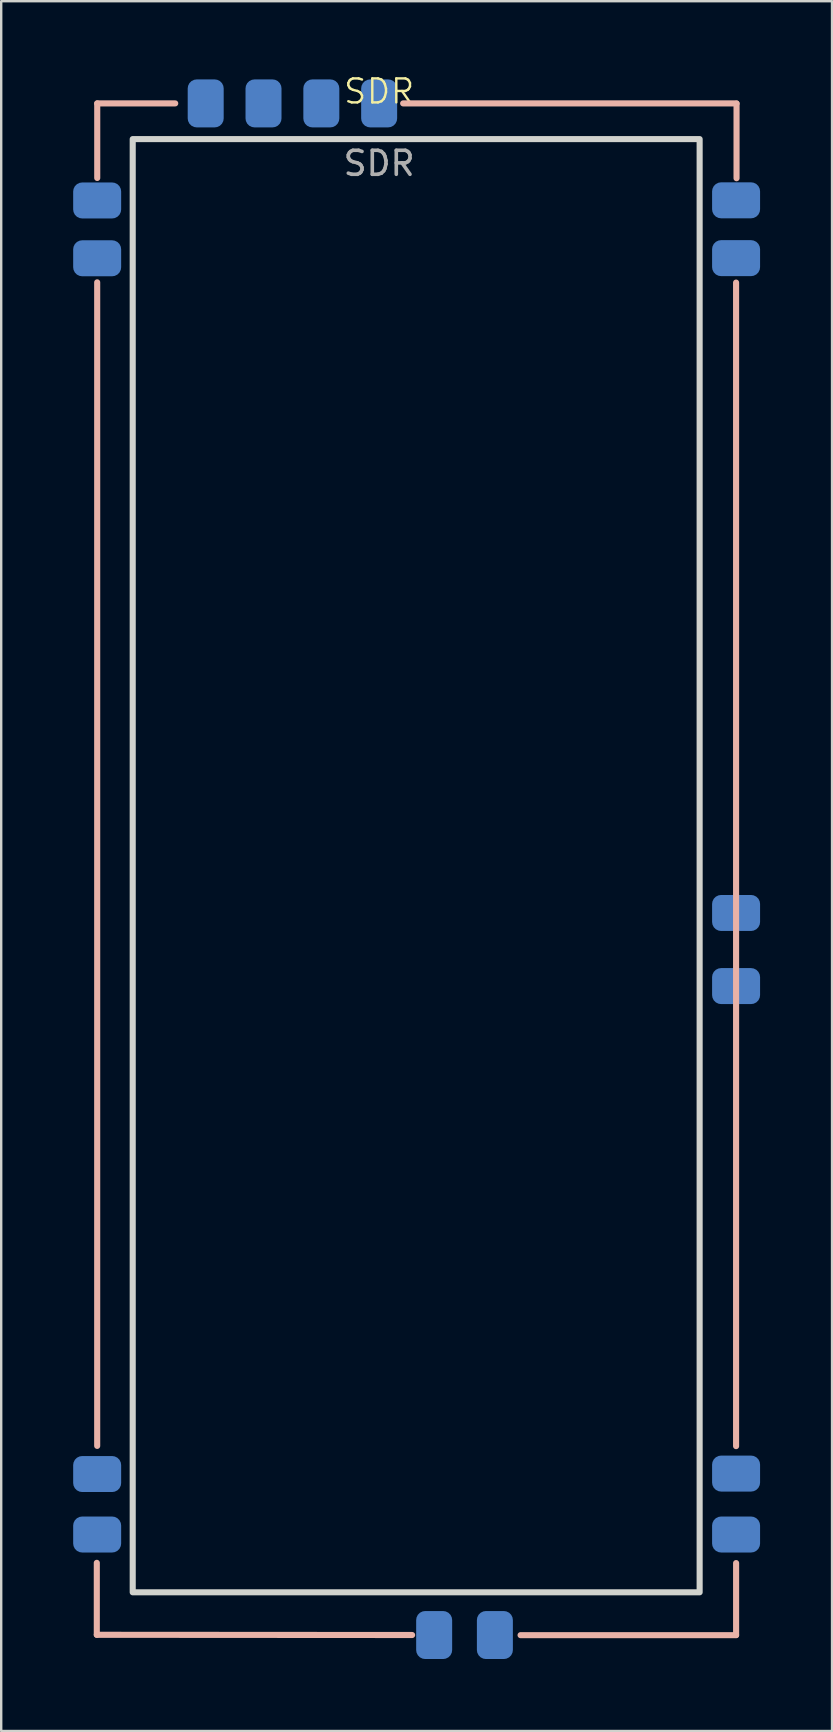
<source format=kicad_pcb>
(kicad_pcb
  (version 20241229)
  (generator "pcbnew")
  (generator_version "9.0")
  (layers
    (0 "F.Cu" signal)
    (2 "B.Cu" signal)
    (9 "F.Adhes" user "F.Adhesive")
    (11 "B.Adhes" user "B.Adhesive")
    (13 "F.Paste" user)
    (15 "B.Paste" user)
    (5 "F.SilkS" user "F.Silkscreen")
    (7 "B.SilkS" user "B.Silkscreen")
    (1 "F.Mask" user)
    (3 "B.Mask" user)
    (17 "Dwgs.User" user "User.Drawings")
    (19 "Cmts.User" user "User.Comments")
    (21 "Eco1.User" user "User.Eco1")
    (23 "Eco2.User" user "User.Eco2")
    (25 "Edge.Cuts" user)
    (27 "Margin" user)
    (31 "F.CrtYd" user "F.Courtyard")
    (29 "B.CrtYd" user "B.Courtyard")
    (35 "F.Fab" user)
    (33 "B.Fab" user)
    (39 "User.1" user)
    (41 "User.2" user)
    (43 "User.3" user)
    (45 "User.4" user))
  (footprint "SDR"
    (layer "F.Cu")
    (at 12.754 1.26)
    (property "Reference" "SDR" (at 0 -0.5 0) (unlocked yes) (layer "F.SilkS") (effects (font (size 1 1) (thickness 0.1))))
    (attr smd)
    (fp_line (start -11.769 60.833) (end -11.769 63.833) (stroke (width 0.254) (type default)) (layer "B.SilkS"))
    (fp_line (start -11.769 63.833) (end 1.375 63.842) (stroke (width 0.254) (type default)) (layer "B.SilkS"))
    (fp_line (start -11.753 7.459) (end -11.753 55.959) (stroke (width 0.254) (type default)) (layer "B.SilkS"))
    (fp_line (start -11.751 0) (end -11.751 3.109) (stroke (width 0.254) (type default)) (layer "B.SilkS"))
    (fp_line (start -11.751 0) (end -8.5 0) (stroke (width 0.254) (type default)) (layer "B.SilkS"))
    (fp_line (start 1 0) (end 14.897 0) (stroke (width 0.254) (type default)) (layer "B.SilkS"))
    (fp_line (start 5.895 63.848) (end 14.879 63.848) (stroke (width 0.254) (type default)) (layer "B.SilkS"))
    (fp_line (start 14.878 7.469) (end 14.878 55.969) (stroke (width 0.254) (type default)) (layer "B.SilkS"))
    (fp_line (start 14.879 60.843) (end 14.879 63.843) (stroke (width 0.254) (type default)) (layer "B.SilkS"))
    (fp_line (start 14.897 0.01) (end 14.897 3.119) (stroke (width 0.254) (type default)) (layer "B.SilkS"))
    (fp_rect (start -10.272 1.488) (end 13.359 62.061) (stroke (width 0.254) (type default)) (fill no) (layer "Edge.Cuts"))
    (fp_line (start -10.268 1.487) (end 13.354 1.487) (stroke (width 0.254) (type default)) (layer "Margin"))
    (fp_line (start -10.268 62.066) (end -10.268 1.487) (stroke (width 0.254) (type default)) (layer "Margin"))
    (fp_line (start -10.268 62.066) (end 13.354 62.066) (stroke (width 0.254) (type default)) (layer "Margin"))
    (fp_line (start 13.354 1.487) (end 13.354 62.066) (stroke (width 0.254) (type default)) (layer "Margin"))
    (fp_rect (start -11.754 0) (end 14.878 63.843) (stroke (width 0.254) (type default)) (fill no) (layer "Margin"))
    (fp_text user "${REFERENCE}" (at 0 2.5 0) (unlocked yes) (layer "F.Fab") (effects (font (size 1 1) (thickness 0.15))))
    (pad "1" smd roundrect (at 0 0 270) (size 2 1.5) (layers "B.Cu" "B.Mask" "B.Paste") (roundrect_rratio 0.25))
    (pad "2" smd roundrect (at -4.82 0 270) (size 2 1.5) (layers "B.Cu" "B.Mask" "B.Paste") (roundrect_rratio 0.25))
    (pad "3" smd roundrect (at -2.41 0 270) (size 2 1.5) (layers "B.Cu" "B.Mask" "B.Paste") (roundrect_rratio 0.25))
    (pad "4" smd roundrect (at -11.754 4.046) (size 2 1.5) (layers "B.Cu" "B.Mask" "B.Paste") (roundrect_rratio 0.25))
    (pad "4" smd roundrect (at -11.754 6.456) (size 2 1.5) (layers "B.Cu" "B.Mask" "B.Paste") (roundrect_rratio 0.25))
    (pad "4" smd roundrect (at -11.754 57.132) (size 2 1.5) (layers "B.Cu" "B.Mask" "B.Paste") (roundrect_rratio 0.25))
    (pad "4" smd roundrect (at -11.754 59.653) (size 2 1.5) (layers "B.Cu" "B.Mask" "B.Paste") (roundrect_rratio 0.25))
    (pad "4" smd roundrect (at -7.23 0 270) (size 2 1.5) (layers "B.Cu" "B.Mask" "B.Paste") (roundrect_rratio 0.25))
    (pad "4" smd roundrect (at 4.824 63.843 270) (size 2 1.5) (layers "B.Cu" "B.Mask" "B.Paste") (roundrect_rratio 0.25))
    (pad "4" smd roundrect (at 14.878 4.04) (size 2 1.5) (layers "B.Cu" "B.Mask" "B.Paste") (roundrect_rratio 0.25))
    (pad "4" smd roundrect (at 14.878 6.45) (size 2 1.5) (layers "B.Cu" "B.Mask" "B.Paste") (roundrect_rratio 0.25))
    (pad "4" smd roundrect (at 14.878 57.113) (size 2 1.5) (layers "B.Cu" "B.Mask" "B.Paste") (roundrect_rratio 0.25))
    (pad "4" smd roundrect (at 14.878 59.653) (size 2 1.5) (layers "B.Cu" "B.Mask" "B.Paste") (roundrect_rratio 0.25))
    (pad "5" smd roundrect (at 14.878 33.745) (size 2 1.5) (layers "B.Cu" "B.Mask" "B.Paste") (roundrect_rratio 0.25))
    (pad "6" smd roundrect (at 14.878 36.793) (size 2 1.5) (layers "B.Cu" "B.Mask" "B.Paste") (roundrect_rratio 0.25))
    (pad "7" smd roundrect (at 2.293 63.843 270) (size 2 1.5) (layers "B.Cu" "B.Mask" "B.Paste") (roundrect_rratio 0.25)))
  (gr_rect
    (start -3 -3)
    (end 31.632 69.103)
    (stroke (width 0.1) (type default))
    (fill no)
    (layer "Edge.Cuts")))
</source>
